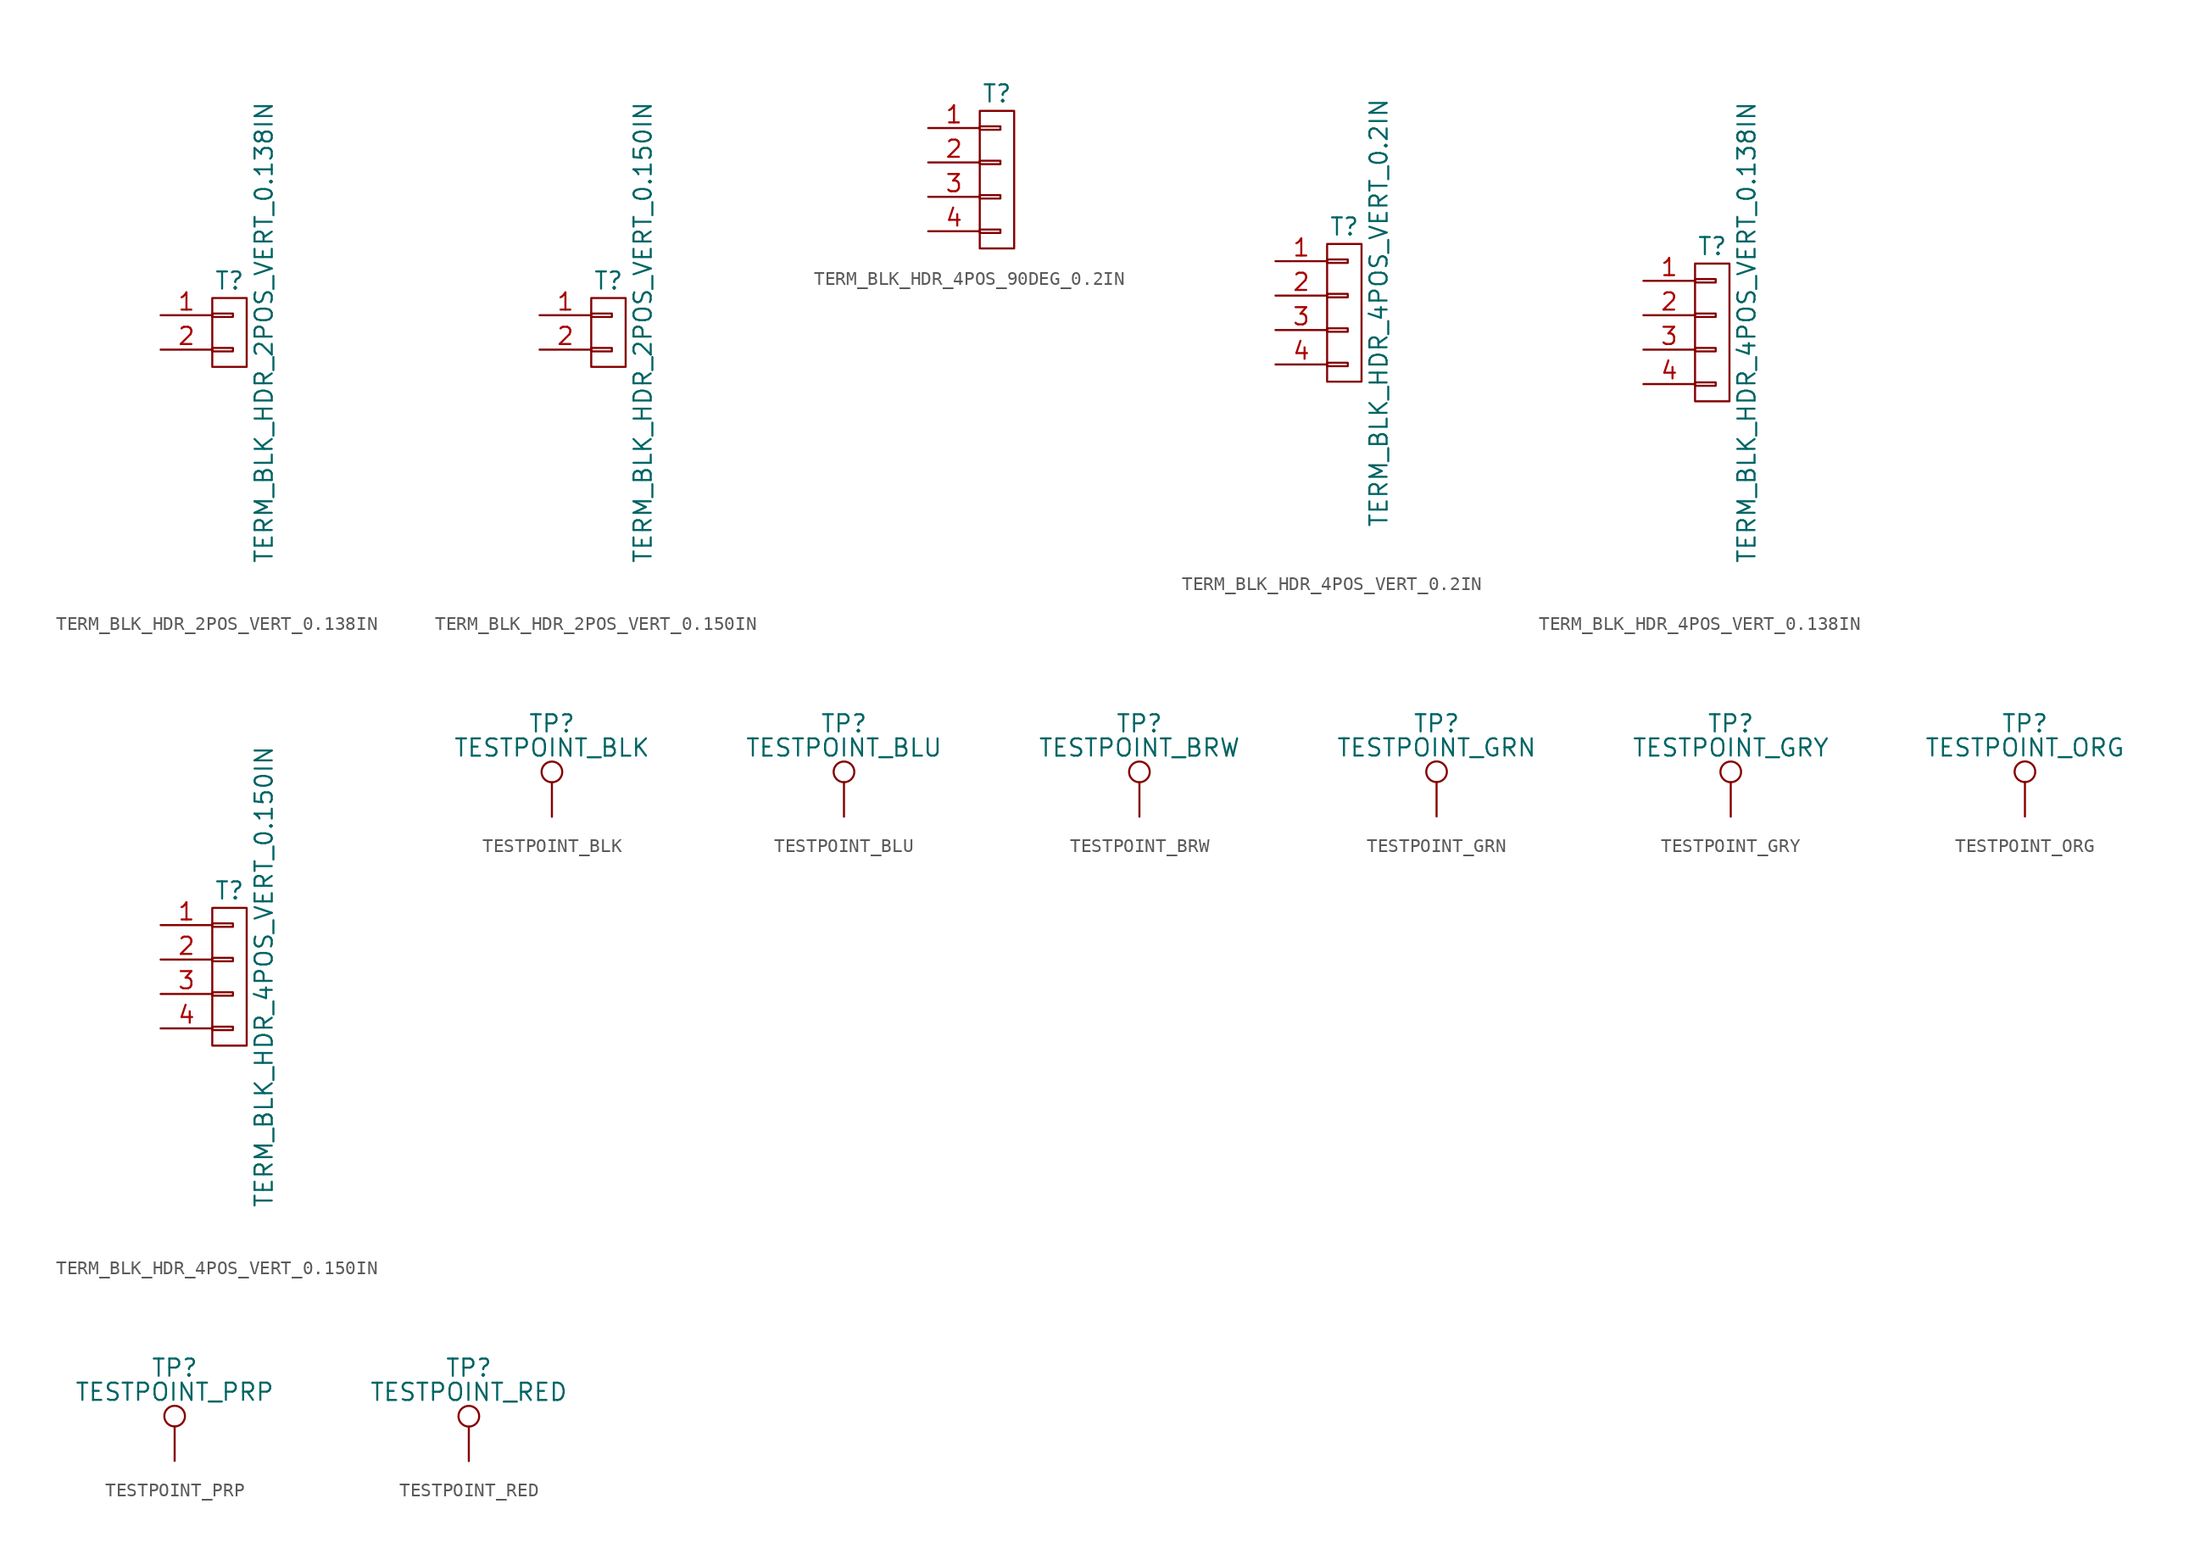
<source format=kicad_sym>
(kicad_symbol_lib
  (version 20211014)
  (generator kicad_symbol_editor)
  (symbol "TERM_BLK_HDR_2POS_VERT_0.138IN"
    (pin_names
      (offset 1.016) hide)
    (property "Reference" "T"
      (at 0 3.81 0)
      (effects (font (size 1.27 1.27))))
    (property "Value" "TERM_BLK_HDR_2POS_VERT_0.138IN"
      (at 2.54 0 90)
      (effects (font (size 1.27 1.27))))
    (property "Datasheet" ""
      (at 0 0 0)
      (effects (font (size 1.524 1.524))))
    (symbol "TERM_BLK_HDR_2POS_VERT_0.138IN_0_1"
      (rectangle (start -1.27 -1.143) (end 0.254 -1.397) (stroke (width 0) (type default) (color 0 0 0 0)) (fill (type none)))
      (rectangle (start -1.27 1.397) (end 0.254 1.143) (stroke (width 0) (type default) (color 0 0 0 0)) (fill (type none)))
      (rectangle (start -1.27 2.54) (end 1.27 -2.54) (stroke (width 0) (type default) (color 0 0 0 0)) (fill (type none))))
    (symbol "TERM_BLK_HDR_2POS_VERT_0.138IN_1_1"
      (pin passive line (at -5.08 1.27 0) (length 3.81) (name "P1" (effects (font (size 1.27 1.27)))) (number "1" (effects (font (size 1.27 1.27)))))
      (pin passive line (at -5.08 -1.27 0) (length 3.81) (name "P2" (effects (font (size 1.27 1.27)))) (number "2" (effects (font (size 1.27 1.27)))))))
  (symbol "TERM_BLK_HDR_2POS_VERT_0.150IN"
    (pin_names
      (offset 1.016) hide)
    (property "Reference" "T"
      (at 0 3.81 0)
      (effects (font (size 1.27 1.27))))
    (property "Value" "TERM_BLK_HDR_2POS_VERT_0.150IN"
      (at 2.54 0 90)
      (effects (font (size 1.27 1.27))))
    (property "Datasheet" ""
      (at 0 0 0)
      (effects (font (size 1.524 1.524))))
    (symbol "TERM_BLK_HDR_2POS_VERT_0.150IN_0_1"
      (rectangle (start -1.27 -1.143) (end 0.254 -1.397) (stroke (width 0) (type default) (color 0 0 0 0)) (fill (type none)))
      (rectangle (start -1.27 1.397) (end 0.254 1.143) (stroke (width 0) (type default) (color 0 0 0 0)) (fill (type none)))
      (rectangle (start -1.27 2.54) (end 1.27 -2.54) (stroke (width 0) (type default) (color 0 0 0 0)) (fill (type none))))
    (symbol "TERM_BLK_HDR_2POS_VERT_0.150IN_1_1"
      (pin passive line (at -5.08 1.27 0) (length 3.81) (name "P1" (effects (font (size 1.27 1.27)))) (number "1" (effects (font (size 1.27 1.27)))))
      (pin passive line (at -5.08 -1.27 0) (length 3.81) (name "P2" (effects (font (size 1.27 1.27)))) (number "2" (effects (font (size 1.27 1.27)))))))
  (symbol "TERM_BLK_HDR_4POS_90DEG_0.2IN"
    (pin_names
      (offset 1.016) hide)
    (property "Reference" "T"
      (at 0 6.35 0)
      (effects (font (size 1.27 1.27))))
    (property "Datasheet" ""
      (at -1.27 7.62 0)
      (effects (font (size 1.524 1.524))))
    (symbol "TERM_BLK_HDR_4POS_90DEG_0.2IN_0_1"
      (rectangle (start -1.27 -3.683) (end 0.254 -3.937) (stroke (width 0) (type default) (color 0 0 0 0)) (fill (type none)))
      (rectangle (start -1.27 -1.143) (end 0.254 -1.397) (stroke (width 0) (type default) (color 0 0 0 0)) (fill (type none)))
      (rectangle (start -1.27 1.397) (end 0.254 1.143) (stroke (width 0) (type default) (color 0 0 0 0)) (fill (type none)))
      (rectangle (start -1.27 3.937) (end 0.254 3.683) (stroke (width 0) (type default) (color 0 0 0 0)) (fill (type none)))
      (rectangle (start -1.27 5.08) (end 1.27 -5.08) (stroke (width 0) (type default) (color 0 0 0 0)) (fill (type none))))
    (symbol "TERM_BLK_HDR_4POS_90DEG_0.2IN_1_1"
      (pin passive line (at -5.08 3.81 0) (length 3.81) (name "P1" (effects (font (size 1.27 1.27)))) (number "1" (effects (font (size 1.27 1.27)))))
      (pin passive line (at -5.08 1.27 0) (length 3.81) (name "P2" (effects (font (size 1.27 1.27)))) (number "2" (effects (font (size 1.27 1.27)))))
      (pin passive line (at -5.08 -1.27 0) (length 3.81) (name "P3" (effects (font (size 1.27 1.27)))) (number "3" (effects (font (size 1.27 1.27)))))
      (pin passive line (at -5.08 -3.81 0) (length 3.81) (name "P4" (effects (font (size 1.27 1.27)))) (number "4" (effects (font (size 1.27 1.27)))))))
  (symbol "TERM_BLK_HDR_4POS_VERT_0.2IN"
    (pin_names
      (offset 1.016) hide)
    (property "Reference" "T"
      (at 0 6.35 0)
      (effects (font (size 1.27 1.27))))
    (property "Value" "TERM_BLK_HDR_4POS_VERT_0.2IN"
      (at 2.54 0 90)
      (effects (font (size 1.27 1.27))))
    (symbol "TERM_BLK_HDR_4POS_VERT_0.2IN_0_1"
      (rectangle (start -1.27 -3.683) (end 0.254 -3.937) (stroke (width 0) (type default) (color 0 0 0 0)) (fill (type none)))
      (rectangle (start -1.27 -1.143) (end 0.254 -1.397) (stroke (width 0) (type default) (color 0 0 0 0)) (fill (type none)))
      (rectangle (start -1.27 1.397) (end 0.254 1.143) (stroke (width 0) (type default) (color 0 0 0 0)) (fill (type none)))
      (rectangle (start -1.27 3.937) (end 0.254 3.683) (stroke (width 0) (type default) (color 0 0 0 0)) (fill (type none)))
      (rectangle (start -1.27 5.08) (end 1.27 -5.08) (stroke (width 0) (type default) (color 0 0 0 0)) (fill (type none))))
    (symbol "TERM_BLK_HDR_4POS_VERT_0.2IN_1_1"
      (pin passive line (at -5.08 3.81 0) (length 3.81) (name "P1" (effects (font (size 1.27 1.27)))) (number "1" (effects (font (size 1.27 1.27)))))
      (pin passive line (at -5.08 1.27 0) (length 3.81) (name "P2" (effects (font (size 1.27 1.27)))) (number "2" (effects (font (size 1.27 1.27)))))
      (pin passive line (at -5.08 -1.27 0) (length 3.81) (name "P3" (effects (font (size 1.27 1.27)))) (number "3" (effects (font (size 1.27 1.27)))))
      (pin passive line (at -5.08 -3.81 0) (length 3.81) (name "P4" (effects (font (size 1.27 1.27)))) (number "4" (effects (font (size 1.27 1.27)))))))
  (symbol "TERM_BLK_HDR_4POS_VERT_0.138IN"
    (pin_names
      (offset 1.016) hide)
    (property "Reference" "T"
      (at 0 6.35 0)
      (effects (font (size 1.27 1.27))))
    (property "Value" "TERM_BLK_HDR_4POS_VERT_0.138IN"
      (at 2.54 0 90)
      (effects (font (size 1.27 1.27))))
    (symbol "TERM_BLK_HDR_4POS_VERT_0.138IN_0_1"
      (rectangle (start -1.27 -3.683) (end 0.254 -3.937) (stroke (width 0) (type default) (color 0 0 0 0)) (fill (type none)))
      (rectangle (start -1.27 -1.143) (end 0.254 -1.397) (stroke (width 0) (type default) (color 0 0 0 0)) (fill (type none)))
      (rectangle (start -1.27 1.397) (end 0.254 1.143) (stroke (width 0) (type default) (color 0 0 0 0)) (fill (type none)))
      (rectangle (start -1.27 3.937) (end 0.254 3.683) (stroke (width 0) (type default) (color 0 0 0 0)) (fill (type none)))
      (rectangle (start -1.27 5.08) (end 1.27 -5.08) (stroke (width 0) (type default) (color 0 0 0 0)) (fill (type none))))
    (symbol "TERM_BLK_HDR_4POS_VERT_0.138IN_1_1"
      (pin passive line (at -5.08 3.81 0) (length 3.81) (name "P1" (effects (font (size 1.27 1.27)))) (number "1" (effects (font (size 1.27 1.27)))))
      (pin passive line (at -5.08 1.27 0) (length 3.81) (name "P2" (effects (font (size 1.27 1.27)))) (number "2" (effects (font (size 1.27 1.27)))))
      (pin passive line (at -5.08 -1.27 0) (length 3.81) (name "P3" (effects (font (size 1.27 1.27)))) (number "3" (effects (font (size 1.27 1.27)))))
      (pin passive line (at -5.08 -3.81 0) (length 3.81) (name "P4" (effects (font (size 1.27 1.27)))) (number "4" (effects (font (size 1.27 1.27)))))))
  (symbol "TERM_BLK_HDR_4POS_VERT_0.150IN"
    (pin_names
      (offset 1.016) hide)
    (property "Reference" "T"
      (at 0 6.35 0)
      (effects (font (size 1.27 1.27))))
    (property "Value" "TERM_BLK_HDR_4POS_VERT_0.150IN"
      (at 2.54 0 90)
      (effects (font (size 1.27 1.27))))
    (symbol "TERM_BLK_HDR_4POS_VERT_0.150IN_0_1"
      (rectangle (start -1.27 -3.683) (end 0.254 -3.937) (stroke (width 0) (type default) (color 0 0 0 0)) (fill (type none)))
      (rectangle (start -1.27 -1.143) (end 0.254 -1.397) (stroke (width 0) (type default) (color 0 0 0 0)) (fill (type none)))
      (rectangle (start -1.27 1.397) (end 0.254 1.143) (stroke (width 0) (type default) (color 0 0 0 0)) (fill (type none)))
      (rectangle (start -1.27 3.937) (end 0.254 3.683) (stroke (width 0) (type default) (color 0 0 0 0)) (fill (type none)))
      (rectangle (start -1.27 5.08) (end 1.27 -5.08) (stroke (width 0) (type default) (color 0 0 0 0)) (fill (type none))))
    (symbol "TERM_BLK_HDR_4POS_VERT_0.150IN_1_1"
      (pin passive line (at -5.08 3.81 0) (length 3.81) (name "P1" (effects (font (size 1.27 1.27)))) (number "1" (effects (font (size 1.27 1.27)))))
      (pin passive line (at -5.08 1.27 0) (length 3.81) (name "P2" (effects (font (size 1.27 1.27)))) (number "2" (effects (font (size 1.27 1.27)))))
      (pin passive line (at -5.08 -1.27 0) (length 3.81) (name "P3" (effects (font (size 1.27 1.27)))) (number "3" (effects (font (size 1.27 1.27)))))
      (pin passive line (at -5.08 -3.81 0) (length 3.81) (name "P4" (effects (font (size 1.27 1.27)))) (number "4" (effects (font (size 1.27 1.27)))))))
  (symbol "TESTPOINT_BLK"
    (pin_numbers hide)
    (pin_names
      (offset 0.762) hide)
    (property "Reference" "TP"
      (at 0 6.858 0)
      (effects (font (size 1.27 1.27))))
    (property "Value" "TESTPOINT_BLK"
      (at 0 5.08 0)
      (effects (font (size 1.27 1.27))))
    (property "Datasheet" ""
      (at 5.08 0 0)
      (effects (font (size 1.27 1.27))))
    (symbol "TESTPOINT_BLK_0_1"
      (circle (center 0 3.302) (radius 0.762) (stroke (width 0) (type default) (color 0 0 0 0)) (fill (type none))))
    (symbol "TESTPOINT_BLK_1_1"
      (pin passive line (at 0 0 90) (length 2.54) (name "1" (effects (font (size 1.27 1.27)))) (number "1" (effects (font (size 1.27 1.27)))))))
  (symbol "TESTPOINT_BLU"
    (pin_numbers hide)
    (pin_names
      (offset 0.762) hide)
    (property "Reference" "TP"
      (at 0 6.858 0)
      (effects (font (size 1.27 1.27))))
    (property "Value" "TESTPOINT_BLU"
      (at 0 5.08 0)
      (effects (font (size 1.27 1.27))))
    (property "Datasheet" ""
      (at 5.08 0 0)
      (effects (font (size 1.27 1.27))))
    (symbol "TESTPOINT_BLU_0_1"
      (circle (center 0 3.302) (radius 0.762) (stroke (width 0) (type default) (color 0 0 0 0)) (fill (type none))))
    (symbol "TESTPOINT_BLU_1_1"
      (pin passive line (at 0 0 90) (length 2.54) (name "1" (effects (font (size 1.27 1.27)))) (number "1" (effects (font (size 1.27 1.27)))))))
  (symbol "TESTPOINT_BRW"
    (pin_numbers hide)
    (pin_names
      (offset 0.762) hide)
    (property "Reference" "TP"
      (at 0 6.858 0)
      (effects (font (size 1.27 1.27))))
    (property "Value" "TESTPOINT_BRW"
      (at 0 5.08 0)
      (effects (font (size 1.27 1.27))))
    (property "Datasheet" ""
      (at 5.08 0 0)
      (effects (font (size 1.27 1.27))))
    (symbol "TESTPOINT_BRW_0_1"
      (circle (center 0 3.302) (radius 0.762) (stroke (width 0) (type default) (color 0 0 0 0)) (fill (type none))))
    (symbol "TESTPOINT_BRW_1_1"
      (pin passive line (at 0 0 90) (length 2.54) (name "1" (effects (font (size 1.27 1.27)))) (number "1" (effects (font (size 1.27 1.27)))))))
  (symbol "TESTPOINT_GRN"
    (pin_numbers hide)
    (pin_names
      (offset 0.762) hide)
    (property "Reference" "TP"
      (at 0 6.858 0)
      (effects (font (size 1.27 1.27))))
    (property "Value" "TESTPOINT_GRN"
      (at 0 5.08 0)
      (effects (font (size 1.27 1.27))))
    (property "Datasheet" ""
      (at 5.08 0 0)
      (effects (font (size 1.27 1.27))))
    (symbol "TESTPOINT_GRN_0_1"
      (circle (center 0 3.302) (radius 0.762) (stroke (width 0) (type default) (color 0 0 0 0)) (fill (type none))))
    (symbol "TESTPOINT_GRN_1_1"
      (pin passive line (at 0 0 90) (length 2.54) (name "1" (effects (font (size 1.27 1.27)))) (number "1" (effects (font (size 1.27 1.27)))))))
  (symbol "TESTPOINT_GRY"
    (pin_numbers hide)
    (pin_names
      (offset 0.762) hide)
    (property "Reference" "TP"
      (at 0 6.858 0)
      (effects (font (size 1.27 1.27))))
    (property "Value" "TESTPOINT_GRY"
      (at 0 5.08 0)
      (effects (font (size 1.27 1.27))))
    (property "Datasheet" ""
      (at 5.08 0 0)
      (effects (font (size 1.27 1.27))))
    (symbol "TESTPOINT_GRY_0_1"
      (circle (center 0 3.302) (radius 0.762) (stroke (width 0) (type default) (color 0 0 0 0)) (fill (type none))))
    (symbol "TESTPOINT_GRY_1_1"
      (pin passive line (at 0 0 90) (length 2.54) (name "1" (effects (font (size 1.27 1.27)))) (number "1" (effects (font (size 1.27 1.27)))))))
  (symbol "TESTPOINT_ORG"
    (pin_numbers hide)
    (pin_names
      (offset 0.762) hide)
    (property "Reference" "TP"
      (at 0 6.858 0)
      (effects (font (size 1.27 1.27))))
    (property "Value" "TESTPOINT_ORG"
      (at 0 5.08 0)
      (effects (font (size 1.27 1.27))))
    (property "Datasheet" ""
      (at 5.08 0 0)
      (effects (font (size 1.27 1.27))))
    (symbol "TESTPOINT_ORG_0_1"
      (circle (center 0 3.302) (radius 0.762) (stroke (width 0) (type default) (color 0 0 0 0)) (fill (type none))))
    (symbol "TESTPOINT_ORG_1_1"
      (pin passive line (at 0 0 90) (length 2.54) (name "1" (effects (font (size 1.27 1.27)))) (number "1" (effects (font (size 1.27 1.27)))))))
  (symbol "TESTPOINT_PRP"
    (pin_numbers hide)
    (pin_names
      (offset 0.762) hide)
    (property "Reference" "TP"
      (at 0 6.858 0)
      (effects (font (size 1.27 1.27))))
    (property "Value" "TESTPOINT_PRP"
      (at 0 5.08 0)
      (effects (font (size 1.27 1.27))))
    (property "Datasheet" ""
      (at 5.08 0 0)
      (effects (font (size 1.27 1.27))))
    (symbol "TESTPOINT_PRP_0_1"
      (circle (center 0 3.302) (radius 0.762) (stroke (width 0) (type default) (color 0 0 0 0)) (fill (type none))))
    (symbol "TESTPOINT_PRP_1_1"
      (pin passive line (at 0 0 90) (length 2.54) (name "1" (effects (font (size 1.27 1.27)))) (number "1" (effects (font (size 1.27 1.27)))))))
  (symbol "TESTPOINT_RED"
    (pin_numbers hide)
    (pin_names
      (offset 0.762) hide)
    (property "Reference" "TP"
      (at 0 6.858 0)
      (effects (font (size 1.27 1.27))))
    (property "Value" "TESTPOINT_RED"
      (at 0 5.08 0)
      (effects (font (size 1.27 1.27))))
    (property "Datasheet" ""
      (at 5.08 0 0)
      (effects (font (size 1.27 1.27))))
    (symbol "TESTPOINT_RED_0_1"
      (circle (center 0 3.302) (radius 0.762) (stroke (width 0) (type default) (color 0 0 0 0)) (fill (type none))))
    (symbol "TESTPOINT_RED_1_1"
      (pin passive line (at 0 0 90) (length 2.54) (name "1" (effects (font (size 1.27 1.27)))) (number "1" (effects (font (size 1.27 1.27))))))))
</source>
